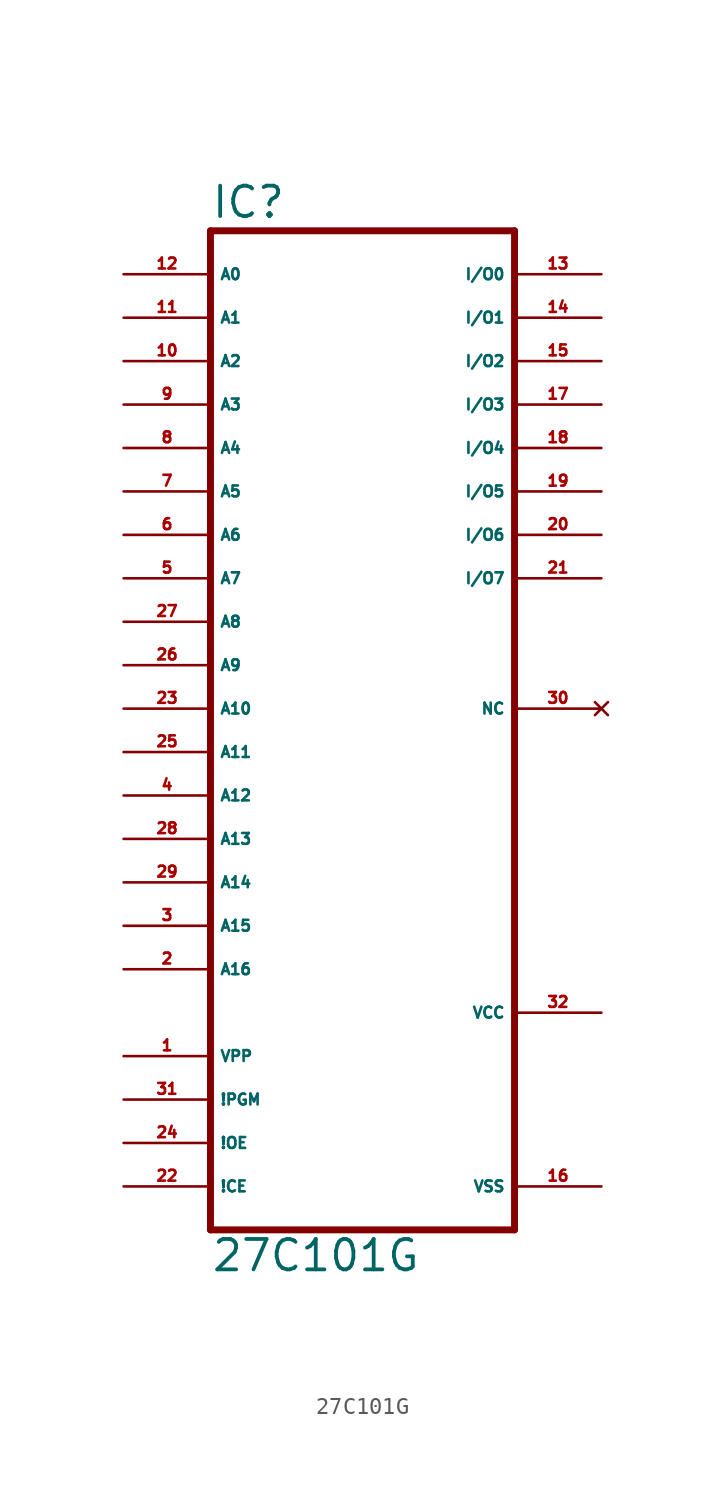
<source format=kicad_sym>
(kicad_symbol_lib
  (version 20220914)
  (generator Eagle2Kicad)
  (symbol "27C101G"
    (property "Reference" "IC"
      (at -10.16 31.115 0)
      (effects (font (size 1.778 1.778) (thickness 0.22)) (justify left bottom)))
    (property "Value" "27C101G"
      (at -10.16 -30.48 0)
      (effects (font (size 1.778 1.778) (thickness 0.22)) (justify left bottom)))
    (polyline
      (pts (xy -10.16 -27.94) (xy 7.62 -27.94))
      (stroke (width 0.406) (type default))
      (fill (type none)))
    (polyline
      (pts (xy 7.62 30.48) (xy 7.62 -27.94))
      (stroke (width 0.406) (type default))
      (fill (type none)))
    (polyline
      (pts (xy 7.62 30.48) (xy -10.16 30.48))
      (stroke (width 0.406) (type default))
      (fill (type none)))
    (polyline
      (pts (xy -10.16 -27.94) (xy -10.16 30.48))
      (stroke (width 0.406) (type default))
      (fill (type none)))
    (pin input line
      (at -15.24 27.94 0)
      (length 5.08)
      (name "A0" (effects (font (size 0.635 0.635) (thickness 0.08)) (justify left bottom)))
      (number "12" (effects (font (size 0.635 0.635) (thickness 0.08)) (justify left bottom))))
    (pin input line
      (at -15.24 25.4 0)
      (length 5.08)
      (name "A1" (effects (font (size 0.635 0.635) (thickness 0.08)) (justify left bottom)))
      (number "11" (effects (font (size 0.635 0.635) (thickness 0.08)) (justify left bottom))))
    (pin input line
      (at -15.24 22.86 0)
      (length 5.08)
      (name "A2" (effects (font (size 0.635 0.635) (thickness 0.08)) (justify left bottom)))
      (number "10" (effects (font (size 0.635 0.635) (thickness 0.08)) (justify left bottom))))
    (pin input line
      (at -15.24 20.32 0)
      (length 5.08)
      (name "A3" (effects (font (size 0.635 0.635) (thickness 0.08)) (justify left bottom)))
      (number "9" (effects (font (size 0.635 0.635) (thickness 0.08)) (justify left bottom))))
    (pin input line
      (at -15.24 17.78 0)
      (length 5.08)
      (name "A4" (effects (font (size 0.635 0.635) (thickness 0.08)) (justify left bottom)))
      (number "8" (effects (font (size 0.635 0.635) (thickness 0.08)) (justify left bottom))))
    (pin input line
      (at -15.24 15.24 0)
      (length 5.08)
      (name "A5" (effects (font (size 0.635 0.635) (thickness 0.08)) (justify left bottom)))
      (number "7" (effects (font (size 0.635 0.635) (thickness 0.08)) (justify left bottom))))
    (pin input line
      (at -15.24 12.7 0)
      (length 5.08)
      (name "A6" (effects (font (size 0.635 0.635) (thickness 0.08)) (justify left bottom)))
      (number "6" (effects (font (size 0.635 0.635) (thickness 0.08)) (justify left bottom))))
    (pin input line
      (at -15.24 10.16 0)
      (length 5.08)
      (name "A7" (effects (font (size 0.635 0.635) (thickness 0.08)) (justify left bottom)))
      (number "5" (effects (font (size 0.635 0.635) (thickness 0.08)) (justify left bottom))))
    (pin input line
      (at -15.24 7.62 0)
      (length 5.08)
      (name "A8" (effects (font (size 0.635 0.635) (thickness 0.08)) (justify left bottom)))
      (number "27" (effects (font (size 0.635 0.635) (thickness 0.08)) (justify left bottom))))
    (pin input line
      (at -15.24 5.08 0)
      (length 5.08)
      (name "A9" (effects (font (size 0.635 0.635) (thickness 0.08)) (justify left bottom)))
      (number "26" (effects (font (size 0.635 0.635) (thickness 0.08)) (justify left bottom))))
    (pin input line
      (at -15.24 2.54 0)
      (length 5.08)
      (name "A10" (effects (font (size 0.635 0.635) (thickness 0.08)) (justify left bottom)))
      (number "23" (effects (font (size 0.635 0.635) (thickness 0.08)) (justify left bottom))))
    (pin input line
      (at -15.24 0 0)
      (length 5.08)
      (name "A11" (effects (font (size 0.635 0.635) (thickness 0.08)) (justify left bottom)))
      (number "25" (effects (font (size 0.635 0.635) (thickness 0.08)) (justify left bottom))))
    (pin input line
      (at -15.24 -2.54 0)
      (length 5.08)
      (name "A12" (effects (font (size 0.635 0.635) (thickness 0.08)) (justify left bottom)))
      (number "4" (effects (font (size 0.635 0.635) (thickness 0.08)) (justify left bottom))))
    (pin input line
      (at -15.24 -5.08 0)
      (length 5.08)
      (name "A13" (effects (font (size 0.635 0.635) (thickness 0.08)) (justify left bottom)))
      (number "28" (effects (font (size 0.635 0.635) (thickness 0.08)) (justify left bottom))))
    (pin input line
      (at -15.24 -7.62 0)
      (length 5.08)
      (name "A14" (effects (font (size 0.635 0.635) (thickness 0.08)) (justify left bottom)))
      (number "29" (effects (font (size 0.635 0.635) (thickness 0.08)) (justify left bottom))))
    (pin input line
      (at -15.24 -10.16 0)
      (length 5.08)
      (name "A15" (effects (font (size 0.635 0.635) (thickness 0.08)) (justify left bottom)))
      (number "3" (effects (font (size 0.635 0.635) (thickness 0.08)) (justify left bottom))))
    (pin input line
      (at -15.24 -12.7 0)
      (length 5.08)
      (name "A16" (effects (font (size 0.635 0.635) (thickness 0.08)) (justify left bottom)))
      (number "2" (effects (font (size 0.635 0.635) (thickness 0.08)) (justify left bottom))))
    (pin input line
      (at -15.24 -17.78 0)
      (length 5.08)
      (name "VPP" (effects (font (size 0.635 0.635) (thickness 0.08)) (justify left bottom)))
      (number "1" (effects (font (size 0.635 0.635) (thickness 0.08)) (justify left bottom))))
    (pin input line
      (at -15.24 -20.32 0)
      (length 5.08)
      (name "!PGM" (effects (font (size 0.635 0.635) (thickness 0.08)) (justify left bottom)))
      (number "31" (effects (font (size 0.635 0.635) (thickness 0.08)) (justify left bottom))))
    (pin input line
      (at -15.24 -22.86 0)
      (length 5.08)
      (name "!OE" (effects (font (size 0.635 0.635) (thickness 0.08)) (justify left bottom)))
      (number "24" (effects (font (size 0.635 0.635) (thickness 0.08)) (justify left bottom))))
    (pin input line
      (at -15.24 -25.4 0)
      (length 5.08)
      (name "!CE" (effects (font (size 0.635 0.635) (thickness 0.08)) (justify left bottom)))
      (number "22" (effects (font (size 0.635 0.635) (thickness 0.08)) (justify left bottom))))
    (pin tri_state line
      (at 12.7 27.94 180)
      (length 5.08)
      (name "I/O0" (effects (font (size 0.635 0.635) (thickness 0.08)) (justify left bottom)))
      (number "13" (effects (font (size 0.635 0.635) (thickness 0.08)) (justify left bottom))))
    (pin tri_state line
      (at 12.7 25.4 180)
      (length 5.08)
      (name "I/O1" (effects (font (size 0.635 0.635) (thickness 0.08)) (justify left bottom)))
      (number "14" (effects (font (size 0.635 0.635) (thickness 0.08)) (justify left bottom))))
    (pin tri_state line
      (at 12.7 22.86 180)
      (length 5.08)
      (name "I/O2" (effects (font (size 0.635 0.635) (thickness 0.08)) (justify left bottom)))
      (number "15" (effects (font (size 0.635 0.635) (thickness 0.08)) (justify left bottom))))
    (pin tri_state line
      (at 12.7 20.32 180)
      (length 5.08)
      (name "I/O3" (effects (font (size 0.635 0.635) (thickness 0.08)) (justify left bottom)))
      (number "17" (effects (font (size 0.635 0.635) (thickness 0.08)) (justify left bottom))))
    (pin tri_state line
      (at 12.7 17.78 180)
      (length 5.08)
      (name "I/O4" (effects (font (size 0.635 0.635) (thickness 0.08)) (justify left bottom)))
      (number "18" (effects (font (size 0.635 0.635) (thickness 0.08)) (justify left bottom))))
    (pin tri_state line
      (at 12.7 15.24 180)
      (length 5.08)
      (name "I/O5" (effects (font (size 0.635 0.635) (thickness 0.08)) (justify left bottom)))
      (number "19" (effects (font (size 0.635 0.635) (thickness 0.08)) (justify left bottom))))
    (pin tri_state line
      (at 12.7 12.7 180)
      (length 5.08)
      (name "I/O6" (effects (font (size 0.635 0.635) (thickness 0.08)) (justify left bottom)))
      (number "20" (effects (font (size 0.635 0.635) (thickness 0.08)) (justify left bottom))))
    (pin tri_state line
      (at 12.7 10.16 180)
      (length 5.08)
      (name "I/O7" (effects (font (size 0.635 0.635) (thickness 0.08)) (justify left bottom)))
      (number "21" (effects (font (size 0.635 0.635) (thickness 0.08)) (justify left bottom))))
    (pin unspecified line
      (at 12.7 -25.4 180)
      (length 5.08)
      (name "VSS" (effects (font (size 0.635 0.635) (thickness 0.08)) (justify left bottom)))
      (number "16" (effects (font (size 0.635 0.635) (thickness 0.08)) (justify left bottom))))
    (pin unspecified line
      (at 12.7 -15.24 180)
      (length 5.08)
      (name "VCC" (effects (font (size 0.635 0.635) (thickness 0.08)) (justify left bottom)))
      (number "32" (effects (font (size 0.635 0.635) (thickness 0.08)) (justify left bottom))))
    (pin no_connect line
      (at 12.7 2.54 180)
      (length 5.08)
      (name "NC" (effects (font (size 0.635 0.635) (thickness 0.08)) (justify left bottom) hide))
      (number "30" (effects (font (size 0.635 0.635) (thickness 0.08)) (justify left bottom) hide)))))
</source>
